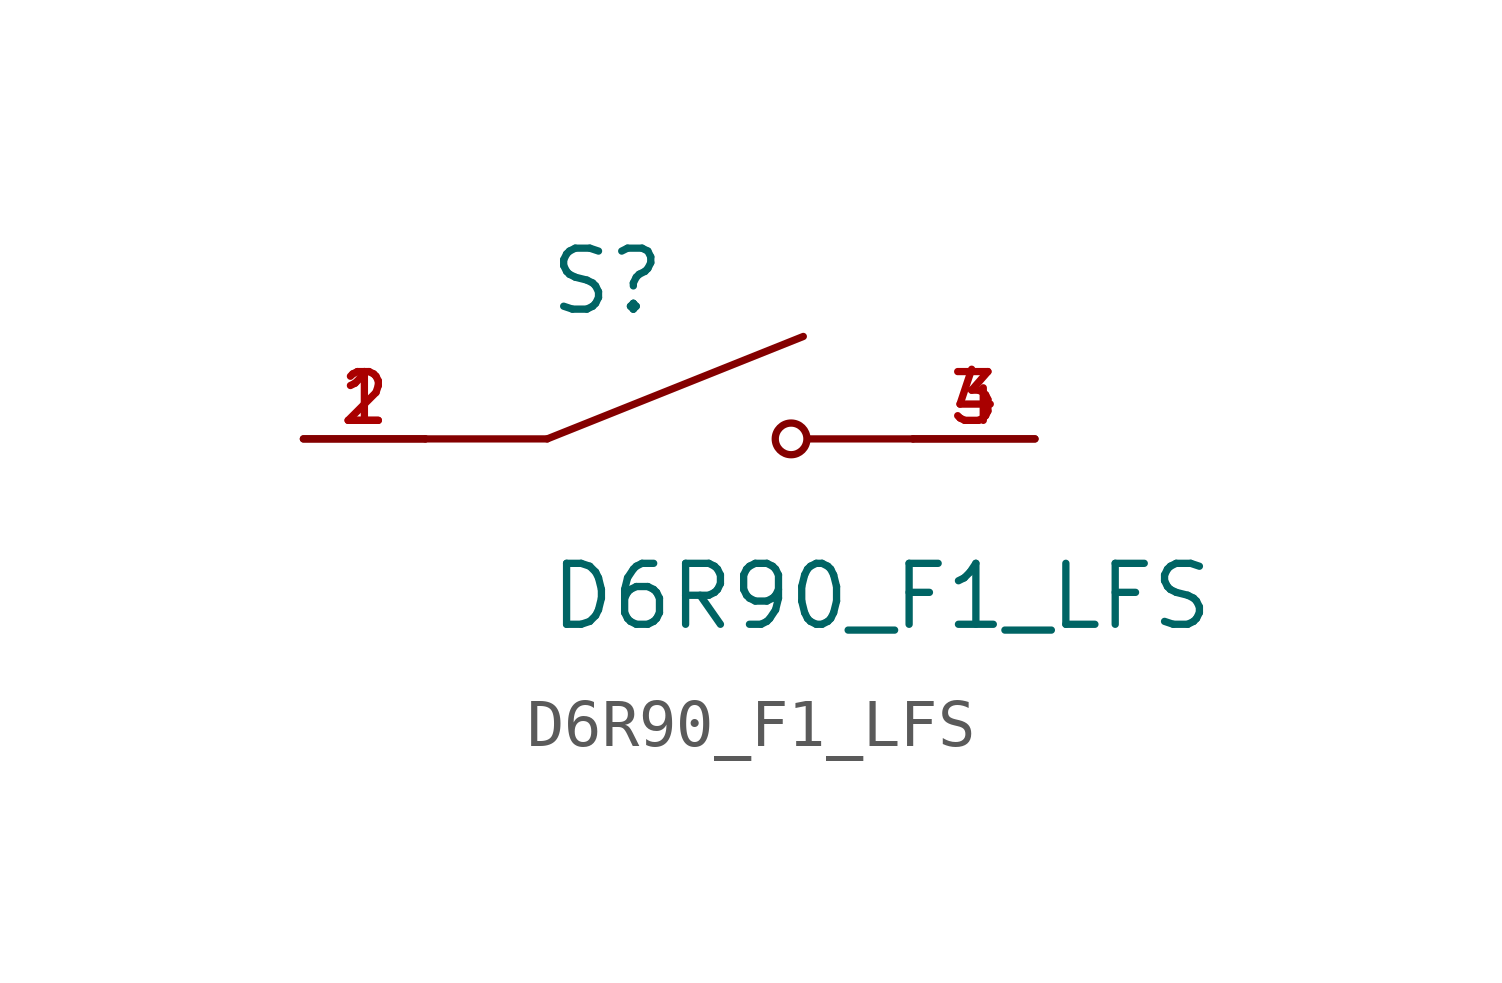
<source format=kicad_sym>
(kicad_symbol_lib
  (version 20211014)
  (generator kicad_symbol_editor)
  (symbol "D6R90_F1_LFS"
    (pin_names
      (offset 1.016))
    (property "Reference" "S"
      (at -2.54 2.54 0)
      (effects (font (size 1.27 1.27)) (justify bottom left)))
    (property "Value" "D6R90_F1_LFS"
      (at -2.54 -2.54 0)
      (effects (font (size 1.27 1.27)) (justify top left)))
    (symbol "D6R90_F1_LFS_0_0"
      (polyline (pts (xy -2.54 0.0) (xy 2.794 2.134)) (stroke (width 0.152)))
      (circle (center 2.54 0.0) (radius 0.33) (stroke (width 0.152)) (fill (type none)))
      (polyline (pts (xy 5.08 0.0) (xy 2.921 0.0)) (stroke (width 0.152)))
      (polyline (pts (xy -2.54 0.0) (xy -5.08 0.0)) (stroke (width 0.152)))
      (pin passive line (at -7.62 0.0 0) (length 2.54) (name "~" (effects (font (size 1.016 1.016)))) (number "1" (effects (font (size 1.016 1.016)))))
      (pin passive line (at 7.62 0.0 180.0) (length 2.54) (name "~" (effects (font (size 1.016 1.016)))) (number "3" (effects (font (size 1.016 1.016)))))
      (pin passive line (at -7.62 0.0 0) (length 2.54) (name "~" (effects (font (size 1.016 1.016)))) (number "2" (effects (font (size 1.016 1.016)))))
      (pin passive line (at 7.62 0.0 180.0) (length 2.54) (name "~" (effects (font (size 1.016 1.016)))) (number "4" (effects (font (size 1.016 1.016))))))))
</source>
